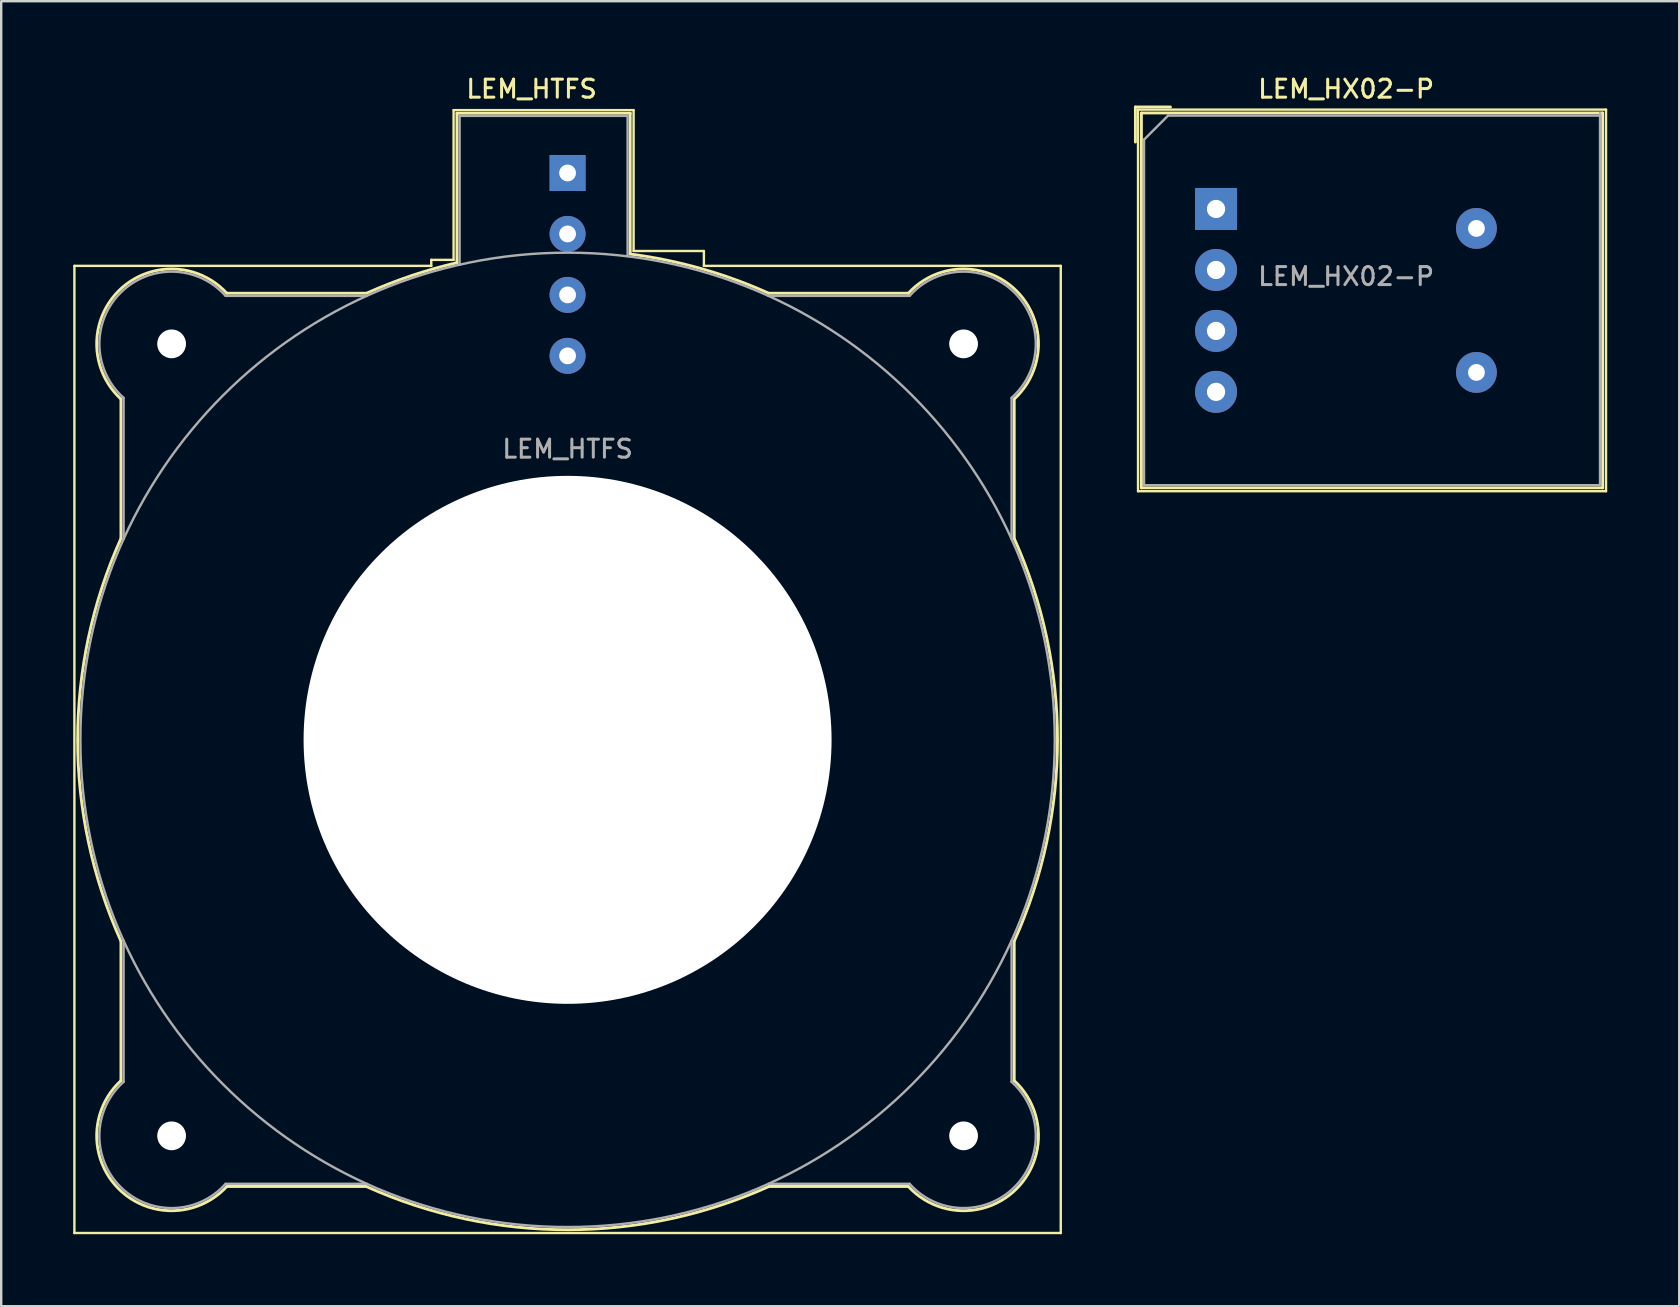
<source format=kicad_pcb>
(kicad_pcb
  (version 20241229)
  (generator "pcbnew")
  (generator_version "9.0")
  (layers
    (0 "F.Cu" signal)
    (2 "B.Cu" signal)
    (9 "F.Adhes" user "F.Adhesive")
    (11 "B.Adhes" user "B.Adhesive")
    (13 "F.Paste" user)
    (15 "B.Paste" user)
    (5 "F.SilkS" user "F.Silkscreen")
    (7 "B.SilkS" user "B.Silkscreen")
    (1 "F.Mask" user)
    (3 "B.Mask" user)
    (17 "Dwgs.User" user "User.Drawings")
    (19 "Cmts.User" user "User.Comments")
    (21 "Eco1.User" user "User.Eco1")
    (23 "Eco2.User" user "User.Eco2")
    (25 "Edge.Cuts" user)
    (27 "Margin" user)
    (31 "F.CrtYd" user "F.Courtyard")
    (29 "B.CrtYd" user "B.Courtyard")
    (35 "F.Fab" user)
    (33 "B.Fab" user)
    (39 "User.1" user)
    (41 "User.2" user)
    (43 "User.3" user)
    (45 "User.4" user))
  (footprint "LEM_HTFS"
    (layer "F.Cu")
    (at 20.6 4.158)
    (property "Reference" "LEM_HTFS" (at -1.5 -3.5 180) (layer "F.SilkS") (effects (font (size 0.75 0.75) (thickness 0.125))))
    (attr through_hole)
    (fp_line (start -20.55 3.87) (end -5.68 3.87) (stroke (width 0.1) (type solid)) (layer "F.SilkS"))
    (fp_line (start -20.55 44.17) (end -20.55 3.87) (stroke (width 0.1) (type solid)) (layer "F.SilkS"))
    (fp_line (start -18.61 15.23) (end -18.61 9.42) (stroke (width 0.12) (type solid)) (layer "F.SilkS"))
    (fp_line (start -18.61 37.82) (end -18.61 32.01) (stroke (width 0.12) (type solid)) (layer "F.SilkS"))
    (fp_line (start -8.38 5.01) (end -14.2 5.01) (stroke (width 0.12) (type solid)) (layer "F.SilkS"))
    (fp_line (start -8.38 42.23) (end -14.2 42.23) (stroke (width 0.12) (type solid)) (layer "F.SilkS"))
    (fp_line (start -5.68 3.62) (end -5.68 3.87) (stroke (width 0.1) (type solid)) (layer "F.SilkS"))
    (fp_line (start -4.75 -2.62) (end 2.75 -2.62) (stroke (width 0.1) (type solid)) (layer "F.SilkS"))
    (fp_line (start -4.75 3.62) (end -5.68 3.62) (stroke (width 0.1) (type solid)) (layer "F.SilkS"))
    (fp_line (start -4.75 3.62) (end -4.75 -2.62) (stroke (width 0.1) (type solid)) (layer "F.SilkS"))
    (fp_line (start -4.61 -2.49) (end -4.61 3.74) (stroke (width 0.12) (type solid)) (layer "F.SilkS"))
    (fp_line (start -4.61 -2.49) (end 2.61 -2.49) (stroke (width 0.12) (type solid)) (layer "F.SilkS"))
    (fp_line (start 2.61 -2.49) (end 2.61 3.37) (stroke (width 0.12) (type solid)) (layer "F.SilkS"))
    (fp_line (start 2.75 -2.62) (end 2.75 3.25) (stroke (width 0.1) (type solid)) (layer "F.SilkS"))
    (fp_line (start 5.68 3.25) (end 2.75 3.25) (stroke (width 0.1) (type solid)) (layer "F.SilkS"))
    (fp_line (start 5.68 3.87) (end 5.68 3.25) (stroke (width 0.1) (type solid)) (layer "F.SilkS"))
    (fp_line (start 5.68 3.87) (end 20.55 3.87) (stroke (width 0.1) (type solid)) (layer "F.SilkS"))
    (fp_line (start 8.38 5.01) (end 14.2 5.01) (stroke (width 0.12) (type solid)) (layer "F.SilkS"))
    (fp_line (start 8.38 42.23) (end 14.2 42.23) (stroke (width 0.12) (type solid)) (layer "F.SilkS"))
    (fp_line (start 18.61 15.23) (end 18.61 9.42) (stroke (width 0.12) (type solid)) (layer "F.SilkS"))
    (fp_line (start 18.61 37.82) (end 18.61 32.01) (stroke (width 0.12) (type solid)) (layer "F.SilkS"))
    (fp_line (start 20.55 44.17) (end -20.55 44.17) (stroke (width 0.1) (type solid)) (layer "F.SilkS"))
    (fp_line (start 20.55 44.17) (end 20.55 3.87) (stroke (width 0.1) (type solid)) (layer "F.SilkS"))
    (fp_arc (start -18.615098 31.998684) (mid -20.413823 23.613794) (end -18.61 15.23) (stroke (width 0.12) (type solid)) (layer "F.SilkS"))
    (fp_arc (start -18.607349 9.422429) (mid -18.708316 4.914226) (end -14.2 5.01) (stroke (width 0.12) (type solid)) (layer "F.SilkS"))
    (fp_arc (start -14.197571 42.227349) (mid -18.705774 42.328316) (end -18.61 37.82) (stroke (width 0.12) (type solid)) (layer "F.SilkS"))
    (fp_arc (start -8.351096 4.999428) (mid -6.511071 4.279047) (end -4.61 3.74) (stroke (width 0.12) (type solid)) (layer "F.SilkS"))
    (fp_arc (start 2.60813 3.377615) (mid 5.55436 3.980612) (end 8.38 5.01) (stroke (width 0.12) (type solid)) (layer "F.SilkS"))
    (fp_arc (start 8.39 42.23) (mid 0.006206 44.033823) (end -8.378684 42.235098) (stroke (width 0.12) (type solid)) (layer "F.SilkS"))
    (fp_arc (start 14.197571 5.012651) (mid 18.705774 4.911684) (end 18.61 9.42) (stroke (width 0.12) (type solid)) (layer "F.SilkS"))
    (fp_arc (start 18.607349 37.817571) (mid 18.708316 42.325774) (end 14.2 42.23) (stroke (width 0.12) (type solid)) (layer "F.SilkS"))
    (fp_arc (start 18.61 15.23) (mid 20.413823 23.613794) (end 18.615098 31.998684) (stroke (width 0.12) (type solid)) (layer "F.SilkS"))
    (fp_line (start -18.5 15.26) (end -18.5 9.37) (stroke (width 0.1) (type solid)) (layer "F.Fab"))
    (fp_line (start -18.5 37.87) (end -18.5 31.98) (stroke (width 0.1) (type solid)) (layer "F.Fab"))
    (fp_line (start -14.25 5.12) (end -8.36 5.12) (stroke (width 0.1) (type solid)) (layer "F.Fab"))
    (fp_line (start -14.25 42.12) (end -8.36 42.12) (stroke (width 0.1) (type solid)) (layer "F.Fab"))
    (fp_line (start -4.5 -2.38) (end -4.5 3.82) (stroke (width 0.1) (type solid)) (layer "F.Fab"))
    (fp_line (start -4.5 -2.38) (end 2.5 -2.38) (stroke (width 0.1) (type solid)) (layer "F.Fab"))
    (fp_line (start 2.5 -2.38) (end 2.5 3.47) (stroke (width 0.1) (type solid)) (layer "F.Fab"))
    (fp_line (start 14.25 5.12) (end 8.36 5.12) (stroke (width 0.1) (type solid)) (layer "F.Fab"))
    (fp_line (start 14.25 42.12) (end 8.36 42.12) (stroke (width 0.1) (type solid)) (layer "F.Fab"))
    (fp_line (start 18.5 15.26) (end 18.5 9.37) (stroke (width 0.1) (type solid)) (layer "F.Fab"))
    (fp_line (start 18.5 37.87) (end 18.5 31.98) (stroke (width 0.1) (type solid)) (layer "F.Fab"))
    (fp_arc (start -18.501292 9.36885) (mid -18.628061 4.990716) (end -14.25 5.12) (stroke (width 0.1) (type solid)) (layer "F.Fab"))
    (fp_arc (start -14.25115 42.121292) (mid -18.629284 42.248061) (end -18.5 37.87) (stroke (width 0.1) (type solid)) (layer "F.Fab"))
    (fp_arc (start 14.25115 5.118708) (mid 18.629284 4.991939) (end 18.5 9.37) (stroke (width 0.1) (type solid)) (layer "F.Fab"))
    (fp_arc (start 18.501292 37.87115) (mid 18.628061 42.249284) (end 14.25 42.12) (stroke (width 0.1) (type solid)) (layer "F.Fab"))
    (fp_circle (center 0 23.62) (end 0 3.32) (stroke (width 0.1) (type solid)) (fill no) (layer "F.Fab"))
    (fp_text user "${REFERENCE}" (at 0 11.5 180) (layer "F.Fab") (effects (font (size 0.75 0.75) (thickness 0.125))))
    (pad "" np_thru_hole circle (at -16.5 7.12) (size 1.2 1.2) (drill 1.2) (layers "*.Cu" "*.Mask"))
    (pad "" np_thru_hole circle (at -16.5 40.12) (size 1.2 1.2) (drill 1.2) (layers "*.Cu" "*.Mask"))
    (pad "" np_thru_hole circle (at 0 23.62) (size 22 22) (drill 22) (layers "*.Cu" "*.Mask"))
    (pad "" np_thru_hole circle (at 16.5 7.12) (size 1.2 1.2) (drill 1.2) (layers "*.Cu" "*.Mask"))
    (pad "" np_thru_hole circle (at 16.5 40.12) (size 1.2 1.2) (drill 1.2) (layers "*.Cu" "*.Mask"))
    (pad "1" thru_hole rect (at 0 0) (size 1.5 1.5) (drill 0.7) (layers "*.Cu" "*.Mask"))
    (pad "2" thru_hole circle (at 0 2.54) (size 1.5 1.5) (drill 0.7) (layers "*.Cu" "*.Mask"))
    (pad "3" thru_hole circle (at 0 5.08) (size 1.5 1.5) (drill 0.7) (layers "*.Cu" "*.Mask"))
    (pad "4" thru_hole circle (at 0 7.62) (size 1.5 1.5) (drill 0.7) (layers "*.Cu" "*.Mask")))
  (footprint "LEM_HX02-P"
    (layer "F.Cu")
    (at 47.62 5.658)
    (property "Reference" "LEM_HX02-P" (at 5.42 -5 0) (layer "F.SilkS") (effects (font (size 0.75 0.75) (thickness 0.125))))
    (attr through_hole)
    (fp_line (start -3.36 -2.79) (end -3.36 -4.25) (stroke (width 0.12) (type solid)) (layer "F.SilkS"))
    (fp_line (start -3.25 -4.14) (end -3.25 11.76) (stroke (width 0.1) (type solid)) (layer "F.SilkS"))
    (fp_line (start -3.25 11.76) (end 16.25 11.76) (stroke (width 0.1) (type solid)) (layer "F.SilkS"))
    (fp_line (start -3.11 -4) (end -3.11 11.62) (stroke (width 0.12) (type solid)) (layer "F.SilkS"))
    (fp_line (start -3.11 11.62) (end 16.11 11.62) (stroke (width 0.12) (type solid)) (layer "F.SilkS"))
    (fp_line (start -1.9 -4.25) (end -3.36 -4.25) (stroke (width 0.12) (type solid)) (layer "F.SilkS"))
    (fp_line (start 16.11 -4) (end -3.11 -4) (stroke (width 0.12) (type solid)) (layer "F.SilkS"))
    (fp_line (start 16.11 11.62) (end 16.11 -4) (stroke (width 0.12) (type solid)) (layer "F.SilkS"))
    (fp_line (start 16.25 -4.14) (end -3.25 -4.14) (stroke (width 0.1) (type solid)) (layer "F.SilkS"))
    (fp_line (start 16.25 11.76) (end 16.25 -4.14) (stroke (width 0.1) (type solid)) (layer "F.SilkS"))
    (fp_line (start -3 -2.89) (end -3 11.51) (stroke (width 0.1) (type solid)) (layer "F.Fab"))
    (fp_line (start -3 11.51) (end 16 11.51) (stroke (width 0.1) (type solid)) (layer "F.Fab"))
    (fp_line (start -2 -3.89) (end -3 -2.89) (stroke (width 0.1) (type solid)) (layer "F.Fab"))
    (fp_line (start 16 -3.89) (end -2 -3.89) (stroke (width 0.1) (type solid)) (layer "F.Fab"))
    (fp_line (start 16 11.51) (end 16 -4) (stroke (width 0.1) (type solid)) (layer "F.Fab"))
    (fp_text user "${REFERENCE}" (at 5.42 2.81 0) (layer "F.Fab") (effects (font (size 0.75 0.75) (thickness 0.125))))
    (pad "1" thru_hole rect (at 0 0) (size 1.75 1.75) (drill 0.76) (layers "*.Cu" "*.Mask"))
    (pad "2" thru_hole circle (at 0 2.54) (size 1.75 1.75) (drill 0.76) (layers "*.Cu" "*.Mask"))
    (pad "3" thru_hole circle (at 0 5.08) (size 1.75 1.75) (drill 0.76) (layers "*.Cu" "*.Mask"))
    (pad "4" thru_hole circle (at 0 7.62) (size 1.75 1.75) (drill 0.76) (layers "*.Cu" "*.Mask"))
    (pad "5" thru_hole circle (at 10.85 0.81) (size 1.7 1.7) (drill 0.7) (layers "*.Cu" "*.Mask"))
    (pad "6" thru_hole circle (at 10.85 6.81) (size 1.7 1.7) (drill 0.7) (layers "*.Cu" "*.Mask")))
  (gr_rect
    (start -3 -3)
    (end 66.92 51.378)
    (stroke (width 0.1) (type default))
    (fill no)
    (layer "Edge.Cuts")))
</source>
